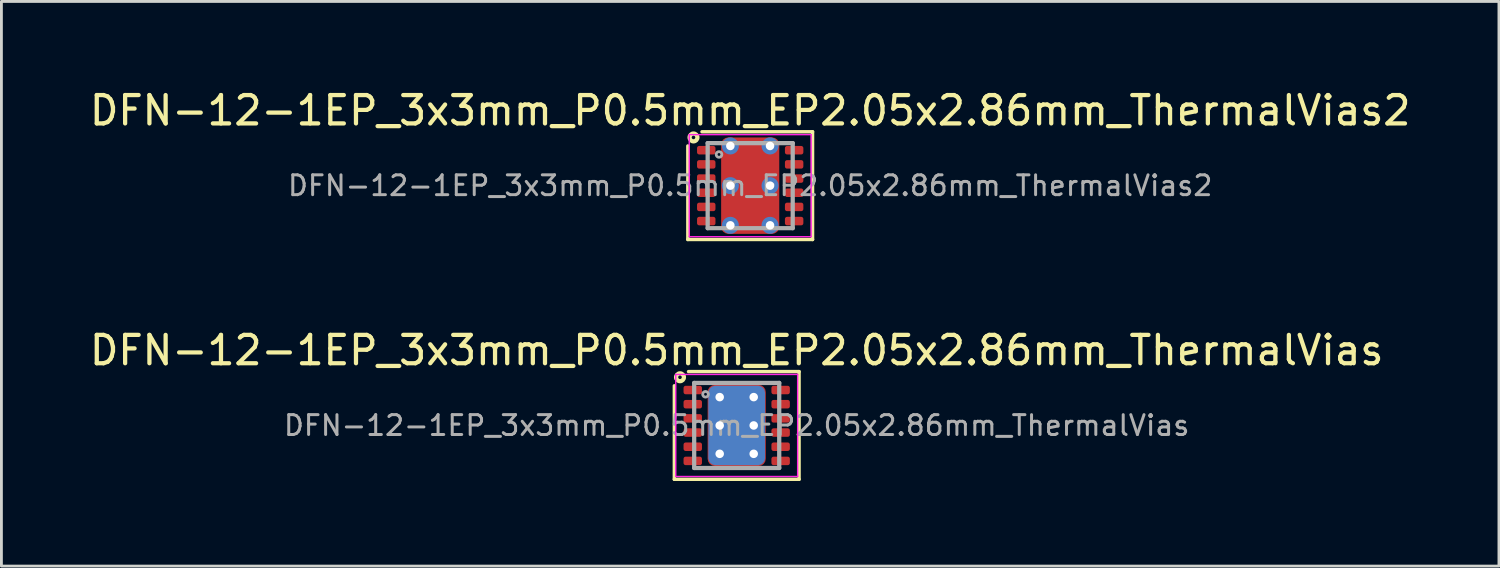
<source format=kicad_pcb>
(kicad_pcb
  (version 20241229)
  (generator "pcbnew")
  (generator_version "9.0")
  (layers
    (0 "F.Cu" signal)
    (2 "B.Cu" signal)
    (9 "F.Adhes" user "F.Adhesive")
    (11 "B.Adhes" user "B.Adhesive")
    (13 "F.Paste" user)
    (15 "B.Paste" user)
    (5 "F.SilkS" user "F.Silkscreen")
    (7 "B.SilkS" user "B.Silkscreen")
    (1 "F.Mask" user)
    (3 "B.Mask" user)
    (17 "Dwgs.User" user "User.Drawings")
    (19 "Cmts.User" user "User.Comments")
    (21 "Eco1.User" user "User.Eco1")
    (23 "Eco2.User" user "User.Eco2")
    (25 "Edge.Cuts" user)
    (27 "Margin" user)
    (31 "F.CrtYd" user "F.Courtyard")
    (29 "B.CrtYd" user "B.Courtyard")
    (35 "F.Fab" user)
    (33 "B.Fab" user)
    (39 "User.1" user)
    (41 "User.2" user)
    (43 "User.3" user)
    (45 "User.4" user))
  (footprint "DFN-12-1EP_3x3mm_P0.5mm_EP2.05x2.86mm_ThermalVias"
    (layer "F.Cu")
    (at 22.935 11.957)
    (property "Reference" "DFN-12-1EP_3x3mm_P0.5mm_EP2.05x2.86mm_ThermalVias" (at 0 -2.65 0) (layer "F.SilkS") (effects (font (size 1 1) (thickness 0.15))))
    (attr smd)
    (fp_line (start -2.2 1.9) (end -2.2 -1.4) (stroke (width 0.12) (type solid)) (layer "F.SilkS"))
    (fp_line (start -1.7 -1.9) (end 2.2 -1.9) (stroke (width 0.12) (type solid)) (layer "F.SilkS"))
    (fp_line (start 2.2 -1.9) (end 2.2 1.9) (stroke (width 0.12) (type solid)) (layer "F.SilkS"))
    (fp_line (start 2.2 1.9) (end -2.2 1.9) (stroke (width 0.12) (type solid)) (layer "F.SilkS"))
    (fp_circle (center -2 -1.7) (end -1.937 -1.7) (stroke (width 0.15) (type solid)) (fill no) (layer "F.SilkS"))
    (fp_line (start -2.15 -1.8) (end -2.15 1.8) (stroke (width 0.05) (type solid)) (layer "F.CrtYd"))
    (fp_line (start -2.15 -1.8) (end 2.15 -1.8) (stroke (width 0.05) (type solid)) (layer "F.CrtYd"))
    (fp_line (start -2.15 1.8) (end 2.15 1.8) (stroke (width 0.05) (type solid)) (layer "F.CrtYd"))
    (fp_line (start 2.15 -1.8) (end 2.15 1.8) (stroke (width 0.05) (type solid)) (layer "F.CrtYd"))
    (fp_line (start -1.5 -1.5) (end 1.5 -1.5) (stroke (width 0.15) (type solid)) (layer "F.Fab"))
    (fp_line (start -1.5 1.5) (end -1.5 -1.5) (stroke (width 0.15) (type solid)) (layer "F.Fab"))
    (fp_line (start 1.5 -1.5) (end 1.5 1.5) (stroke (width 0.15) (type solid)) (layer "F.Fab"))
    (fp_line (start 1.5 1.5) (end -1.5 1.5) (stroke (width 0.15) (type solid)) (layer "F.Fab"))
    (fp_circle (center -1.1 -1.1) (end -1 -1.1) (stroke (width 0.1) (type solid)) (fill no) (layer "F.Fab"))
    (fp_text user "${REFERENCE}" (at 0 0 0) (layer "F.Fab") (effects (font (size 0.7 0.7) (thickness 0.105))))
    (pad "" smd roundrect (at -0.8 -0.5) (size 0.4 0.7) (layers "F.Paste") (roundrect_rratio 0.25))
    (pad "" smd roundrect (at -0.8 0.5) (size 0.4 0.7) (layers "F.Paste") (roundrect_rratio 0.25))
    (pad "" smd roundrect (at 0 -1.2) (size 0.9 0.4) (layers "F.Paste") (roundrect_rratio 0.25))
    (pad "" smd roundrect (at 0 -0.475) (size 0.8 0.65) (layers "F.Paste") (roundrect_rratio 0.25))
    (pad "" smd roundrect (at 0 0.475) (size 0.8 0.65) (layers "F.Paste") (roundrect_rratio 0.25))
    (pad "" smd roundrect (at 0 1.2) (size 0.9 0.4) (layers "F.Paste") (roundrect_rratio 0.25))
    (pad "" smd roundrect (at 0.8 -0.5) (size 0.4 0.7) (layers "F.Paste") (roundrect_rratio 0.25))
    (pad "" smd roundrect (at 0.8 0.5) (size 0.4 0.7) (layers "F.Paste") (roundrect_rratio 0.25))
    (pad "1" smd roundrect (at -1.55 -1.25) (size 0.65 0.3) (layers "F.Cu" "F.Mask" "F.Paste") (roundrect_rratio 0.25))
    (pad "2" smd roundrect (at -1.55 -0.75) (size 0.65 0.3) (layers "F.Cu" "F.Mask" "F.Paste") (roundrect_rratio 0.25))
    (pad "3" smd roundrect (at -1.55 -0.25) (size 0.65 0.3) (layers "F.Cu" "F.Mask" "F.Paste") (roundrect_rratio 0.25))
    (pad "4" smd roundrect (at -1.55 0.25) (size 0.65 0.3) (layers "F.Cu" "F.Mask" "F.Paste") (roundrect_rratio 0.25))
    (pad "5" smd roundrect (at -1.55 0.75) (size 0.65 0.3) (layers "F.Cu" "F.Mask" "F.Paste") (roundrect_rratio 0.25))
    (pad "6" smd roundrect (at -1.55 1.25) (size 0.65 0.3) (layers "F.Cu" "F.Mask" "F.Paste") (roundrect_rratio 0.25))
    (pad "7" smd roundrect (at 1.55 1.25) (size 0.65 0.3) (layers "F.Cu" "F.Mask" "F.Paste") (roundrect_rratio 0.25))
    (pad "8" smd roundrect (at 1.55 0.75) (size 0.65 0.3) (layers "F.Cu" "F.Mask" "F.Paste") (roundrect_rratio 0.25))
    (pad "9" smd roundrect (at 1.55 0.25) (size 0.65 0.3) (layers "F.Cu" "F.Mask" "F.Paste") (roundrect_rratio 0.25))
    (pad "10" smd roundrect (at 1.55 -0.25) (size 0.65 0.3) (layers "F.Cu" "F.Mask" "F.Paste") (roundrect_rratio 0.25))
    (pad "11" smd roundrect (at 1.55 -0.75) (size 0.65 0.3) (layers "F.Cu" "F.Mask" "F.Paste") (roundrect_rratio 0.25))
    (pad "12" smd roundrect (at 1.55 -1.25) (size 0.65 0.3) (layers "F.Cu" "F.Mask" "F.Paste") (roundrect_rratio 0.25))
    (pad "13" thru_hole circle (at -0.6 -1) (size 0.6 0.6) (drill 0.3) (property pad_prop_heatsink) (layers "*.Cu"))
    (pad "13" thru_hole circle (at -0.6 0) (size 0.6 0.6) (drill 0.3) (property pad_prop_heatsink) (layers "*.Cu"))
    (pad "13" thru_hole circle (at -0.6 1) (size 0.6 0.6) (drill 0.3) (property pad_prop_heatsink) (layers "*.Cu"))
    (pad "13" smd roundrect (at 0 0) (size 2 2.8) (layers "B.Cu" "B.Mask") (roundrect_rratio 0.125))
    (pad "13" smd roundrect (at 0 0) (size 2.05 2.86) (layers "F.Cu" "F.Mask") (roundrect_rratio 0.122))
    (pad "13" thru_hole circle (at 0.6 -1) (size 0.6 0.6) (drill 0.3) (property pad_prop_heatsink) (layers "*.Cu"))
    (pad "13" thru_hole circle (at 0.6 0) (size 0.6 0.6) (drill 0.3) (property pad_prop_heatsink) (layers "*.Cu"))
    (pad "13" thru_hole circle (at 0.6 1) (size 0.6 0.6) (drill 0.3) (property pad_prop_heatsink) (layers "*.Cu")))
  (footprint "DFN-12-1EP_3x3mm_P0.5mm_EP2.05x2.86mm_ThermalVias2"
    (layer "F.Cu")
    (at 23.411 3.498)
    (property "Reference" "DFN-12-1EP_3x3mm_P0.5mm_EP2.05x2.86mm_ThermalVias2" (at 0 -2.65 0) (layer "F.SilkS") (effects (font (size 1 1) (thickness 0.15))))
    (attr smd)
    (fp_line (start -2.2 1.9) (end -2.2 -1.4) (stroke (width 0.12) (type solid)) (layer "F.SilkS"))
    (fp_line (start -1.7 -1.9) (end 2.2 -1.9) (stroke (width 0.12) (type solid)) (layer "F.SilkS"))
    (fp_line (start 2.2 -1.9) (end 2.2 1.9) (stroke (width 0.12) (type solid)) (layer "F.SilkS"))
    (fp_line (start 2.2 1.9) (end -2.2 1.9) (stroke (width 0.12) (type solid)) (layer "F.SilkS"))
    (fp_circle (center -2 -1.7) (end -1.937 -1.7) (stroke (width 0.15) (type solid)) (fill no) (layer "F.SilkS"))
    (fp_line (start -2.15 -1.8) (end -2.15 1.8) (stroke (width 0.05) (type solid)) (layer "F.CrtYd"))
    (fp_line (start -2.15 -1.8) (end 2.15 -1.8) (stroke (width 0.05) (type solid)) (layer "F.CrtYd"))
    (fp_line (start -2.15 1.8) (end 2.15 1.8) (stroke (width 0.05) (type solid)) (layer "F.CrtYd"))
    (fp_line (start 2.15 -1.8) (end 2.15 1.8) (stroke (width 0.05) (type solid)) (layer "F.CrtYd"))
    (fp_line (start -1.5 -1.5) (end 1.5 -1.5) (stroke (width 0.15) (type solid)) (layer "F.Fab"))
    (fp_line (start -1.5 1.5) (end -1.5 -1.5) (stroke (width 0.15) (type solid)) (layer "F.Fab"))
    (fp_line (start 1.5 -1.5) (end 1.5 1.5) (stroke (width 0.15) (type solid)) (layer "F.Fab"))
    (fp_line (start 1.5 1.5) (end -1.5 1.5) (stroke (width 0.15) (type solid)) (layer "F.Fab"))
    (fp_circle (center -1.1 -1.1) (end -1 -1.1) (stroke (width 0.1) (type solid)) (fill no) (layer "F.Fab"))
    (fp_text user "${REFERENCE}" (at 0 0 0) (layer "F.Fab") (effects (font (size 0.7 0.7) (thickness 0.105))))
    (pad "" smd roundrect (at -0.45 -0.7) (size 0.7 0.6) (layers "F.Paste") (roundrect_rratio 0.25))
    (pad "" smd roundrect (at -0.45 0.7) (size 0.7 0.6) (layers "F.Paste") (roundrect_rratio 0.25))
    (pad "" smd roundrect (at 0 -0.7) (size 1.85 0.8) (layers "F.Mask") (roundrect_rratio 0.25))
    (pad "" smd roundrect (at 0 0.7) (size 1.85 0.8) (layers "F.Mask") (roundrect_rratio 0.25))
    (pad "" smd roundrect (at 0.45 -0.7) (size 0.7 0.6) (layers "F.Paste") (roundrect_rratio 0.25))
    (pad "" smd roundrect (at 0.45 0.7) (size 0.7 0.6) (layers "F.Paste") (roundrect_rratio 0.25))
    (pad "1" smd roundrect (at -1.55 -1.25) (size 0.65 0.3) (layers "F.Cu" "F.Mask" "F.Paste") (roundrect_rratio 0.25))
    (pad "2" smd roundrect (at -1.55 -0.75) (size 0.65 0.3) (layers "F.Cu" "F.Mask" "F.Paste") (roundrect_rratio 0.25))
    (pad "3" smd roundrect (at -1.55 -0.25) (size 0.65 0.3) (layers "F.Cu" "F.Mask" "F.Paste") (roundrect_rratio 0.25))
    (pad "4" smd roundrect (at -1.55 0.25) (size 0.65 0.3) (layers "F.Cu" "F.Mask" "F.Paste") (roundrect_rratio 0.25))
    (pad "5" smd roundrect (at -1.55 0.75) (size 0.65 0.3) (layers "F.Cu" "F.Mask" "F.Paste") (roundrect_rratio 0.25))
    (pad "6" smd roundrect (at -1.55 1.25) (size 0.65 0.3) (layers "F.Cu" "F.Mask" "F.Paste") (roundrect_rratio 0.25))
    (pad "7" smd roundrect (at 1.55 1.25) (size 0.65 0.3) (layers "F.Cu" "F.Mask" "F.Paste") (roundrect_rratio 0.25))
    (pad "8" smd roundrect (at 1.55 0.75) (size 0.65 0.3) (layers "F.Cu" "F.Mask" "F.Paste") (roundrect_rratio 0.25))
    (pad "9" smd roundrect (at 1.55 0.25) (size 0.65 0.3) (layers "F.Cu" "F.Mask" "F.Paste") (roundrect_rratio 0.25))
    (pad "10" smd roundrect (at 1.55 -0.25) (size 0.65 0.3) (layers "F.Cu" "F.Mask" "F.Paste") (roundrect_rratio 0.25))
    (pad "11" smd roundrect (at 1.55 -0.75) (size 0.65 0.3) (layers "F.Cu" "F.Mask" "F.Paste") (roundrect_rratio 0.25))
    (pad "12" smd roundrect (at 1.55 -1.25) (size 0.65 0.3) (layers "F.Cu" "F.Mask" "F.Paste") (roundrect_rratio 0.25))
    (pad "13" thru_hole circle (at -0.7 -1.4) (size 0.6 0.6) (drill 0.3) (property pad_prop_heatsink) (layers "*.Cu" "*.Mask"))
    (pad "13" thru_hole circle (at -0.7 0) (size 0.6 0.6) (drill 0.3) (property pad_prop_heatsink) (layers "*.Cu" "*.Mask"))
    (pad "13" thru_hole circle (at -0.7 1.4) (size 0.6 0.6) (drill 0.3) (property pad_prop_heatsink) (layers "*.Cu" "*.Mask"))
    (pad "13" smd roundrect (at 0 0) (size 2.05 3.4) (layers "F.Cu") (roundrect_rratio 0.122))
    (pad "13" thru_hole circle (at 0.7 -1.4) (size 0.6 0.6) (drill 0.3) (property pad_prop_heatsink) (layers "*.Cu" "*.Mask"))
    (pad "13" thru_hole circle (at 0.7 0) (size 0.6 0.6) (drill 0.3) (property pad_prop_heatsink) (layers "*.Cu" "*.Mask"))
    (pad "13" thru_hole circle (at 0.7 1.4) (size 0.6 0.6) (drill 0.3) (property pad_prop_heatsink) (layers "*.Cu" "*.Mask")))
  (gr_rect
    (start -3 -3)
    (end 49.821 16.916)
    (stroke (width 0.1) (type default))
    (fill no)
    (layer "Edge.Cuts")))
</source>
